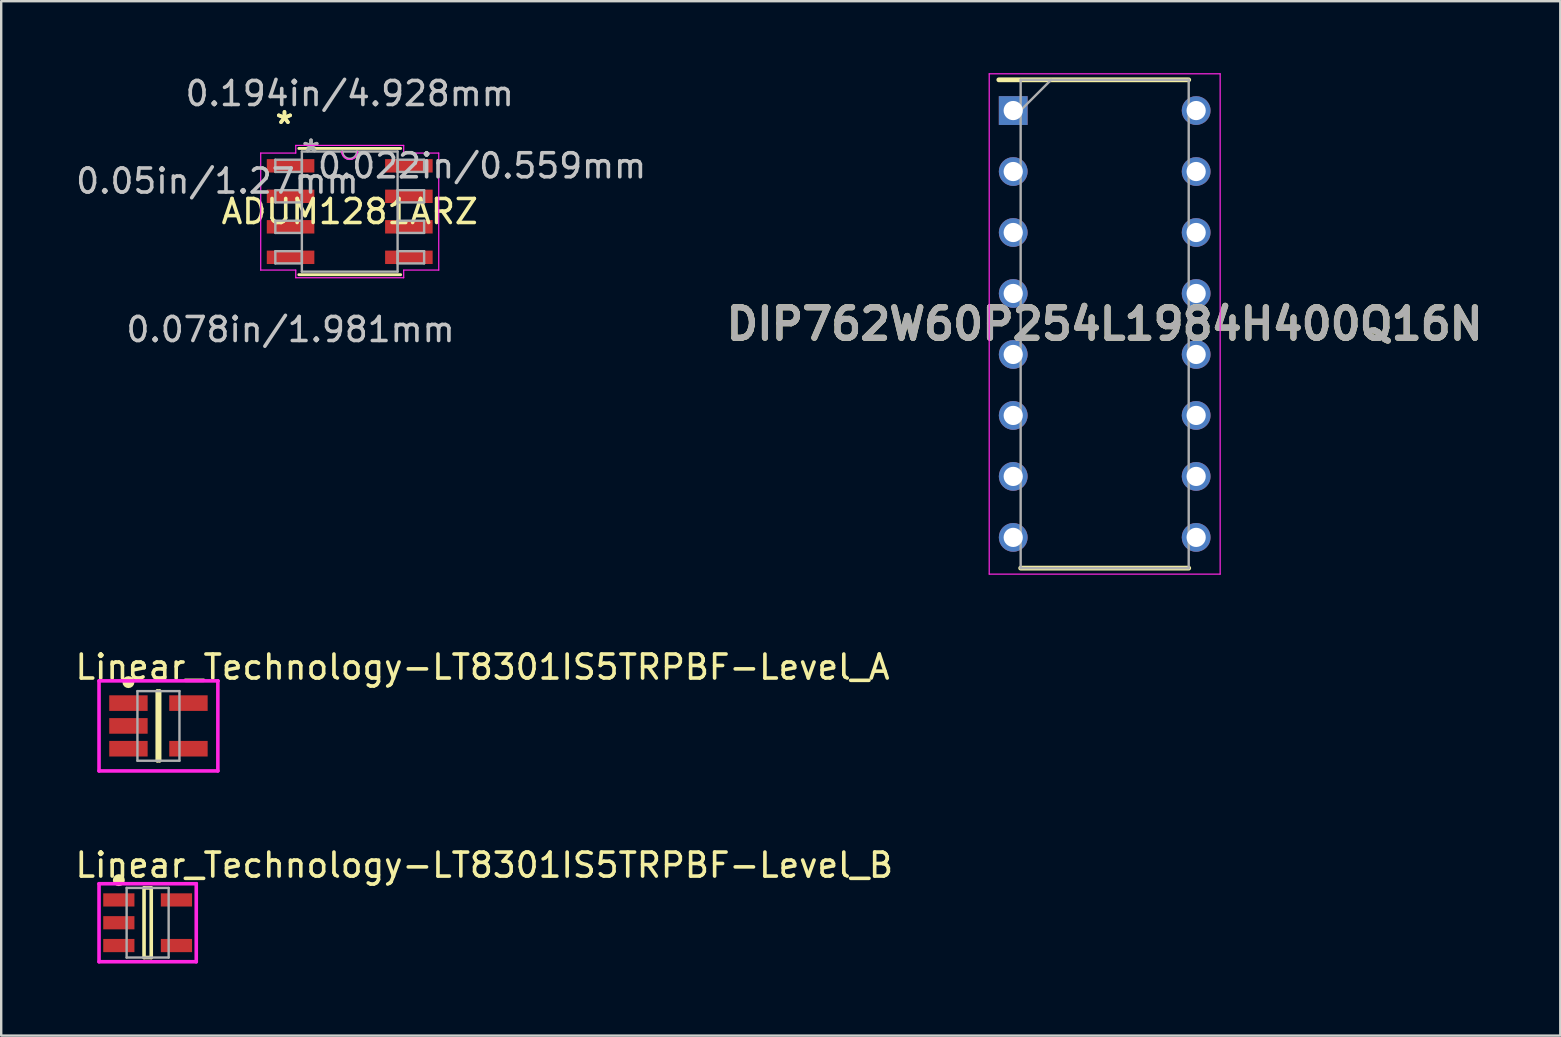
<source format=kicad_pcb>
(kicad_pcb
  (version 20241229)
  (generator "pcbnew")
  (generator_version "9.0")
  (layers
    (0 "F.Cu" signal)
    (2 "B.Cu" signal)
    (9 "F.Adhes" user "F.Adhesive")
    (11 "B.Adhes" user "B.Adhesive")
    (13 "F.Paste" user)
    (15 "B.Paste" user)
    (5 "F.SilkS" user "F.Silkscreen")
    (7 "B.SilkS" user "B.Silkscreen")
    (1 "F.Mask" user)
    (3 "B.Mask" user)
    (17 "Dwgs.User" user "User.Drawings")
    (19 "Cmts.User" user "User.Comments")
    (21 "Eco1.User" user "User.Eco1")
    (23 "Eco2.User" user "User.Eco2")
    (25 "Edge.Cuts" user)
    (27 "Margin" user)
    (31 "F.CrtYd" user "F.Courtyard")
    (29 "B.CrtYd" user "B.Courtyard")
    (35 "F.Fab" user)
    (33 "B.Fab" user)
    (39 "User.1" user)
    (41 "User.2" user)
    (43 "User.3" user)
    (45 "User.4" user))
  (footprint "Linear_Technology-LT8301IS5TRPBF-Level_B"
    (layer "F.Cu")
    (at 3.1 35.387)
    (property "Reference" "Linear_Technology-LT8301IS5TRPBF-Level_B" (at -3.1 -2.4 0) (layer "F.SilkS") (effects (font (size 1 1) (thickness 0.15)) (justify left)))
    (attr through_hole)
    (fp_line (start -0.15 -1.45) (end 0.15 -1.45) (stroke (width 0.15) (type solid)) (layer "F.SilkS"))
    (fp_line (start -0.15 1.45) (end -0.15 -1.45) (stroke (width 0.15) (type solid)) (layer "F.SilkS"))
    (fp_line (start -0.15 1.45) (end 0.15 1.45) (stroke (width 0.15) (type solid)) (layer "F.SilkS"))
    (fp_line (start 0.15 1.45) (end 0.15 -1.45) (stroke (width 0.15) (type solid)) (layer "F.SilkS"))
    (fp_circle (center -1.2 -1.775) (end -1.075 -1.775) (stroke (width 0.25) (type solid)) (fill no) (layer "F.SilkS"))
    (fp_line (start -2.025 -1.625) (end -2.025 1.625) (stroke (width 0.15) (type solid)) (layer "F.CrtYd"))
    (fp_line (start -2.025 1.625) (end 2.025 1.625) (stroke (width 0.15) (type solid)) (layer "F.CrtYd"))
    (fp_line (start 2.025 -1.625) (end -2.025 -1.625) (stroke (width 0.15) (type solid)) (layer "F.CrtYd"))
    (fp_line (start 2.025 -1.625) (end 2.025 -1.625) (stroke (width 0.15) (type solid)) (layer "F.CrtYd"))
    (fp_line (start 2.025 1.625) (end 2.025 -1.625) (stroke (width 0.15) (type solid)) (layer "F.CrtYd"))
    (fp_line (start -0.875 -1.45) (end 0.875 -1.45) (stroke (width 0.1) (type solid)) (layer "F.Fab"))
    (fp_line (start -0.875 1.45) (end -0.875 -1.45) (stroke (width 0.1) (type solid)) (layer "F.Fab"))
    (fp_line (start -0.875 1.45) (end 0.875 1.45) (stroke (width 0.1) (type solid)) (layer "F.Fab"))
    (fp_line (start 0.875 1.45) (end 0.875 -1.45) (stroke (width 0.1) (type solid)) (layer "F.Fab"))
    (pad "1" smd rect (at -1.2 -0.95 270) (size 0.55 1.3) (layers "F.Cu" "F.Mask" "F.Paste"))
    (pad "2" smd rect (at -1.2 -0.000001 270) (size 0.55 1.3) (layers "F.Cu" "F.Mask" "F.Paste"))
    (pad "3" smd rect (at -1.2 0.95 270) (size 0.55 1.3) (layers "F.Cu" "F.Mask" "F.Paste"))
    (pad "4" smd rect (at 1.2 0.95 270) (size 0.55 1.3) (layers "F.Cu" "F.Mask" "F.Paste"))
    (pad "5" smd rect (at 1.2 -0.95 270) (size 0.55 1.3) (layers "F.Cu" "F.Mask" "F.Paste")))
  (footprint "Linear_Technology-LT8301IS5TRPBF-Level_A"
    (layer "F.Cu")
    (at 3.55 27.188)
    (property "Reference" "Linear_Technology-LT8301IS5TRPBF-Level_A" (at -3.55 -2.45 0) (layer "F.SilkS") (effects (font (size 1 1) (thickness 0.15)) (justify left)))
    (attr through_hole)
    (fp_line (start -0.05 -1.45) (end 0.05 -1.45) (stroke (width 0.15) (type solid)) (layer "F.SilkS"))
    (fp_line (start -0.05 1.45) (end -0.05 -1.45) (stroke (width 0.15) (type solid)) (layer "F.SilkS"))
    (fp_line (start -0.05 1.45) (end 0.05 1.45) (stroke (width 0.15) (type solid)) (layer "F.SilkS"))
    (fp_line (start 0.05 1.45) (end 0.05 -1.45) (stroke (width 0.15) (type solid)) (layer "F.SilkS"))
    (fp_circle (center -1.25 -1.825) (end -1.125 -1.825) (stroke (width 0.25) (type solid)) (fill no) (layer "F.SilkS"))
    (fp_line (start -2.475 -1.875) (end -2.475 1.875) (stroke (width 0.15) (type solid)) (layer "F.CrtYd"))
    (fp_line (start -2.475 1.875) (end 2.475 1.875) (stroke (width 0.15) (type solid)) (layer "F.CrtYd"))
    (fp_line (start 2.475 -1.875) (end -2.475 -1.875) (stroke (width 0.15) (type solid)) (layer "F.CrtYd"))
    (fp_line (start 2.475 -1.875) (end 2.475 -1.875) (stroke (width 0.15) (type solid)) (layer "F.CrtYd"))
    (fp_line (start 2.475 1.875) (end 2.475 -1.875) (stroke (width 0.15) (type solid)) (layer "F.CrtYd"))
    (fp_line (start -0.875 -1.45) (end 0.875 -1.45) (stroke (width 0.1) (type solid)) (layer "F.Fab"))
    (fp_line (start -0.875 1.45) (end -0.875 -1.45) (stroke (width 0.1) (type solid)) (layer "F.Fab"))
    (fp_line (start -0.875 1.45) (end 0.875 1.45) (stroke (width 0.1) (type solid)) (layer "F.Fab"))
    (fp_line (start 0.875 1.45) (end 0.875 -1.45) (stroke (width 0.1) (type solid)) (layer "F.Fab"))
    (pad "1" smd rect (at -1.25 -0.95 270) (size 0.65 1.6) (layers "F.Cu" "F.Mask" "F.Paste"))
    (pad "2" smd rect (at -1.25 -0.000001 270) (size 0.65 1.6) (layers "F.Cu" "F.Mask" "F.Paste"))
    (pad "3" smd rect (at -1.25 0.95 270) (size 0.65 1.6) (layers "F.Cu" "F.Mask" "F.Paste"))
    (pad "4" smd rect (at 1.25 0.95 270) (size 0.65 1.6) (layers "F.Cu" "F.Mask" "F.Paste"))
    (pad "5" smd rect (at 1.25 -0.95 270) (size 0.65 1.6) (layers "F.Cu" "F.Mask" "F.Paste")))
  (footprint "ADUM1281ARZ"
    (layer "F.Cu")
    (at 11.518 5.763)
    (property "Reference" "ADUM1281ARZ" (at 0 0 0) (layer "F.SilkS") (effects (font (size 1 1) (thickness 0.15))))
    (attr through_hole)
    (fp_line (start -2.121 2.629) (end 2.121 2.629) (stroke (width 0.12) (type solid)) (layer "F.SilkS"))
    (fp_line (start 2.121 -2.629) (end -2.121 -2.629) (stroke (width 0.12) (type solid)) (layer "F.SilkS"))
    (fp_line (start -3.708 -2.438) (end -2.248 -2.438) (stroke (width 0.05) (type solid)) (layer "F.CrtYd"))
    (fp_line (start -3.708 2.438) (end -3.708 -2.438) (stroke (width 0.05) (type solid)) (layer "F.CrtYd"))
    (fp_line (start -2.248 -2.756) (end 2.248 -2.756) (stroke (width 0.05) (type solid)) (layer "F.CrtYd"))
    (fp_line (start -2.248 -2.438) (end -2.248 -2.756) (stroke (width 0.05) (type solid)) (layer "F.CrtYd"))
    (fp_line (start -2.248 2.438) (end -3.708 2.438) (stroke (width 0.05) (type solid)) (layer "F.CrtYd"))
    (fp_line (start -2.248 2.756) (end -2.248 2.438) (stroke (width 0.05) (type solid)) (layer "F.CrtYd"))
    (fp_line (start 2.248 -2.756) (end 2.248 -2.438) (stroke (width 0.05) (type solid)) (layer "F.CrtYd"))
    (fp_line (start 2.248 -2.438) (end 3.708 -2.438) (stroke (width 0.05) (type solid)) (layer "F.CrtYd"))
    (fp_line (start 2.248 2.438) (end 2.248 2.756) (stroke (width 0.05) (type solid)) (layer "F.CrtYd"))
    (fp_line (start 2.248 2.756) (end -2.248 2.756) (stroke (width 0.05) (type solid)) (layer "F.CrtYd"))
    (fp_line (start 3.708 -2.438) (end 3.708 2.438) (stroke (width 0.05) (type solid)) (layer "F.CrtYd"))
    (fp_line (start 3.708 2.438) (end 2.248 2.438) (stroke (width 0.05) (type solid)) (layer "F.CrtYd"))
    (fp_arc (start 0.332317 -2.5019) (mid 0 -2.169583) (end -0.332317 -2.5019) (stroke (width 0.05) (type solid)) (layer "F.CrtYd"))
    (fp_line (start -3.099 -2.159) (end -3.099 -1.651) (stroke (width 0.1) (type solid)) (layer "F.Fab"))
    (fp_line (start -3.099 -1.651) (end -1.994 -1.651) (stroke (width 0.1) (type solid)) (layer "F.Fab"))
    (fp_line (start -3.099 -0.889) (end -3.099 -0.381) (stroke (width 0.1) (type solid)) (layer "F.Fab"))
    (fp_line (start -3.099 -0.381) (end -1.994 -0.381) (stroke (width 0.1) (type solid)) (layer "F.Fab"))
    (fp_line (start -3.099 0.381) (end -3.099 0.889) (stroke (width 0.1) (type solid)) (layer "F.Fab"))
    (fp_line (start -3.099 0.889) (end -1.994 0.889) (stroke (width 0.1) (type solid)) (layer "F.Fab"))
    (fp_line (start -3.099 1.651) (end -3.099 2.159) (stroke (width 0.1) (type solid)) (layer "F.Fab"))
    (fp_line (start -3.099 2.159) (end -1.994 2.159) (stroke (width 0.1) (type solid)) (layer "F.Fab"))
    (fp_line (start -1.994 -2.502) (end -1.994 2.502) (stroke (width 0.1) (type solid)) (layer "F.Fab"))
    (fp_line (start -1.994 -2.159) (end -3.099 -2.159) (stroke (width 0.1) (type solid)) (layer "F.Fab"))
    (fp_line (start -1.994 -1.651) (end -1.994 -2.159) (stroke (width 0.1) (type solid)) (layer "F.Fab"))
    (fp_line (start -1.994 -0.889) (end -3.099 -0.889) (stroke (width 0.1) (type solid)) (layer "F.Fab"))
    (fp_line (start -1.994 -0.381) (end -1.994 -0.889) (stroke (width 0.1) (type solid)) (layer "F.Fab"))
    (fp_line (start -1.994 0.381) (end -3.099 0.381) (stroke (width 0.1) (type solid)) (layer "F.Fab"))
    (fp_line (start -1.994 0.889) (end -1.994 0.381) (stroke (width 0.1) (type solid)) (layer "F.Fab"))
    (fp_line (start -1.994 1.651) (end -3.099 1.651) (stroke (width 0.1) (type solid)) (layer "F.Fab"))
    (fp_line (start -1.994 2.159) (end -1.994 1.651) (stroke (width 0.1) (type solid)) (layer "F.Fab"))
    (fp_line (start -1.994 2.502) (end 1.994 2.502) (stroke (width 0.1) (type solid)) (layer "F.Fab"))
    (fp_line (start 1.994 -2.502) (end -1.994 -2.502) (stroke (width 0.1) (type solid)) (layer "F.Fab"))
    (fp_line (start 1.994 -2.159) (end 1.994 -1.651) (stroke (width 0.1) (type solid)) (layer "F.Fab"))
    (fp_line (start 1.994 -1.651) (end 3.099 -1.651) (stroke (width 0.1) (type solid)) (layer "F.Fab"))
    (fp_line (start 1.994 -0.889) (end 1.994 -0.381) (stroke (width 0.1) (type solid)) (layer "F.Fab"))
    (fp_line (start 1.994 -0.381) (end 3.099 -0.381) (stroke (width 0.1) (type solid)) (layer "F.Fab"))
    (fp_line (start 1.994 0.381) (end 1.994 0.889) (stroke (width 0.1) (type solid)) (layer "F.Fab"))
    (fp_line (start 1.994 0.889) (end 3.099 0.889) (stroke (width 0.1) (type solid)) (layer "F.Fab"))
    (fp_line (start 1.994 1.651) (end 1.994 2.159) (stroke (width 0.1) (type solid)) (layer "F.Fab"))
    (fp_line (start 1.994 2.159) (end 3.099 2.159) (stroke (width 0.1) (type solid)) (layer "F.Fab"))
    (fp_line (start 1.994 2.502) (end 1.994 -2.502) (stroke (width 0.1) (type solid)) (layer "F.Fab"))
    (fp_line (start 3.099 -2.159) (end 1.994 -2.159) (stroke (width 0.1) (type solid)) (layer "F.Fab"))
    (fp_line (start 3.099 -1.651) (end 3.099 -2.159) (stroke (width 0.1) (type solid)) (layer "F.Fab"))
    (fp_line (start 3.099 -0.889) (end 1.994 -0.889) (stroke (width 0.1) (type solid)) (layer "F.Fab"))
    (fp_line (start 3.099 -0.381) (end 3.099 -0.889) (stroke (width 0.1) (type solid)) (layer "F.Fab"))
    (fp_line (start 3.099 0.381) (end 1.994 0.381) (stroke (width 0.1) (type solid)) (layer "F.Fab"))
    (fp_line (start 3.099 0.889) (end 3.099 0.381) (stroke (width 0.1) (type solid)) (layer "F.Fab"))
    (fp_line (start 3.099 1.651) (end 1.994 1.651) (stroke (width 0.1) (type solid)) (layer "F.Fab"))
    (fp_line (start 3.099 2.159) (end 3.099 1.651) (stroke (width 0.1) (type solid)) (layer "F.Fab"))
    (fp_arc (start 0.3048 -2.5019) (mid 0 -2.1971) (end -0.3048 -2.5019) (stroke (width 0.1) (type solid)) (layer "F.Fab"))
    (fp_text user "*" (at -2.718 -3.607 0) (layer "F.SilkS") (effects (font (size 1 1) (thickness 0.15))))
    (fp_text user "*" (at -2.718 -3.607 0) (layer "F.SilkS") (effects (font (size 1 1) (thickness 0.15))))
    (fp_text user "0.194in/4.928mm" (at 0 -4.915 0) (layer "Dwgs.User") (effects (font (size 1 1) (thickness 0.15))))
    (fp_text user "0.05in/1.27mm" (at -5.512 -1.27 0) (layer "Dwgs.User") (effects (font (size 1 1) (thickness 0.15))))
    (fp_text user "0.022in/0.559mm" (at 5.512 -1.905 0) (layer "Dwgs.User") (effects (font (size 1 1) (thickness 0.15))))
    (fp_text user "0.078in/1.981mm" (at -2.464 4.915 0) (layer "Dwgs.User") (effects (font (size 1 1) (thickness 0.15))))
    (fp_text user "Copyright 2021 Accelerated Designs. All rights reserved." (at 0 0 0) (layer "Cmts.User") (effects (font (size 0.127 0.127) (thickness 0.002))))
    (fp_text user "*" (at -1.613 -2.426 0) (layer "F.Fab") (effects (font (size 1 1) (thickness 0.15))))
    (fp_text user "*" (at -1.613 -2.426 0) (layer "F.Fab") (effects (font (size 1 1) (thickness 0.15))))
    (pad "1" smd rect (at -2.464 -1.905) (size 1.981 0.559) (layers "F.Cu" "F.Mask" "F.Paste"))
    (pad "2" smd rect (at -2.464 -0.635) (size 1.981 0.559) (layers "F.Cu" "F.Mask" "F.Paste"))
    (pad "3" smd rect (at -2.464 0.635) (size 1.981 0.559) (layers "F.Cu" "F.Mask" "F.Paste"))
    (pad "4" smd rect (at -2.464 1.905) (size 1.981 0.559) (layers "F.Cu" "F.Mask" "F.Paste"))
    (pad "5" smd rect (at 2.464 1.905) (size 1.981 0.559) (layers "F.Cu" "F.Mask" "F.Paste"))
    (pad "6" smd rect (at 2.464 0.635) (size 1.981 0.559) (layers "F.Cu" "F.Mask" "F.Paste"))
    (pad "7" smd rect (at 2.464 -0.635) (size 1.981 0.559) (layers "F.Cu" "F.Mask" "F.Paste"))
    (pad "8" smd rect (at 2.464 -1.905) (size 1.981 0.559) (layers "F.Cu" "F.Mask" "F.Paste")))
  (footprint "DIP762W60P254L1984H400Q16N"
    (layer "F.Cu")
    (at 42.966 10.445)
    (property "Reference" "DIP762W60P254L1984H400Q16N" (at 0 0 0) (layer "F.SilkS") (effects (font (size 1.27 1.27) (thickness 0.254))))
    (attr through_hole)
    (fp_line (start -4.41 -10.17) (end 3.5 -10.17) (stroke (width 0.2) (type solid)) (layer "F.SilkS"))
    (fp_line (start -3.5 10.17) (end 3.5 10.17) (stroke (width 0.2) (type solid)) (layer "F.SilkS"))
    (fp_line (start -4.81 -10.42) (end 4.81 -10.42) (stroke (width 0.05) (type solid)) (layer "F.CrtYd"))
    (fp_line (start -4.81 10.42) (end -4.81 -10.42) (stroke (width 0.05) (type solid)) (layer "F.CrtYd"))
    (fp_line (start 4.81 -10.42) (end 4.81 10.42) (stroke (width 0.05) (type solid)) (layer "F.CrtYd"))
    (fp_line (start 4.81 10.42) (end -4.81 10.42) (stroke (width 0.05) (type solid)) (layer "F.CrtYd"))
    (fp_line (start -3.5 -10.17) (end 3.5 -10.17) (stroke (width 0.1) (type solid)) (layer "F.Fab"))
    (fp_line (start -3.5 -8.9) (end -2.23 -10.17) (stroke (width 0.1) (type solid)) (layer "F.Fab"))
    (fp_line (start -3.5 10.17) (end -3.5 -10.17) (stroke (width 0.1) (type solid)) (layer "F.Fab"))
    (fp_line (start 3.5 -10.17) (end 3.5 10.17) (stroke (width 0.1) (type solid)) (layer "F.Fab"))
    (fp_line (start 3.5 10.17) (end -3.5 10.17) (stroke (width 0.1) (type solid)) (layer "F.Fab"))
    (fp_text user "${REFERENCE}" (at 0 0 0) (layer "F.Fab") (effects (font (size 1.27 1.27) (thickness 0.254))))
    (pad "1" thru_hole rect (at -3.81 -8.89) (size 1.2 1.2) (drill 0.8) (layers "*.Cu" "*.Mask"))
    (pad "2" thru_hole circle (at -3.81 -6.35) (size 1.2 1.2) (drill 0.8) (layers "*.Cu" "*.Mask"))
    (pad "3" thru_hole circle (at -3.81 -3.81) (size 1.2 1.2) (drill 0.8) (layers "*.Cu" "*.Mask"))
    (pad "4" thru_hole circle (at -3.81 -1.27) (size 1.2 1.2) (drill 0.8) (layers "*.Cu" "*.Mask"))
    (pad "5" thru_hole circle (at -3.81 1.27) (size 1.2 1.2) (drill 0.8) (layers "*.Cu" "*.Mask"))
    (pad "6" thru_hole circle (at -3.81 3.81) (size 1.2 1.2) (drill 0.8) (layers "*.Cu" "*.Mask"))
    (pad "7" thru_hole circle (at -3.81 6.35) (size 1.2 1.2) (drill 0.8) (layers "*.Cu" "*.Mask"))
    (pad "8" thru_hole circle (at -3.81 8.89) (size 1.2 1.2) (drill 0.8) (layers "*.Cu" "*.Mask"))
    (pad "9" thru_hole circle (at 3.81 8.89) (size 1.2 1.2) (drill 0.8) (layers "*.Cu" "*.Mask"))
    (pad "10" thru_hole circle (at 3.81 6.35) (size 1.2 1.2) (drill 0.8) (layers "*.Cu" "*.Mask"))
    (pad "11" thru_hole circle (at 3.81 3.81) (size 1.2 1.2) (drill 0.8) (layers "*.Cu" "*.Mask"))
    (pad "12" thru_hole circle (at 3.81 1.27) (size 1.2 1.2) (drill 0.8) (layers "*.Cu" "*.Mask"))
    (pad "13" thru_hole circle (at 3.81 -1.27) (size 1.2 1.2) (drill 0.8) (layers "*.Cu" "*.Mask"))
    (pad "14" thru_hole circle (at 3.81 -3.81) (size 1.2 1.2) (drill 0.8) (layers "*.Cu" "*.Mask"))
    (pad "15" thru_hole circle (at 3.81 -6.35) (size 1.2 1.2) (drill 0.8) (layers "*.Cu" "*.Mask"))
    (pad "16" thru_hole circle (at 3.81 -8.89) (size 1.2 1.2) (drill 0.8) (layers "*.Cu" "*.Mask")))
  (gr_rect
    (start -3 -3)
    (end 61.944 40.087)
    (stroke (width 0.1) (type default))
    (fill no)
    (layer "Edge.Cuts")))
</source>
